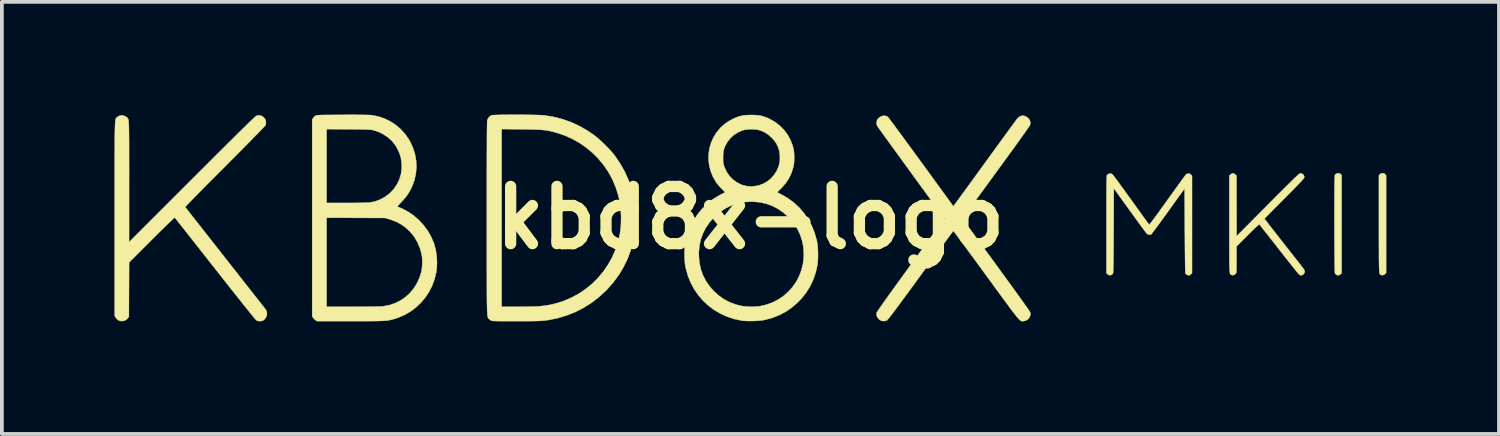
<source format=kicad_pcb>
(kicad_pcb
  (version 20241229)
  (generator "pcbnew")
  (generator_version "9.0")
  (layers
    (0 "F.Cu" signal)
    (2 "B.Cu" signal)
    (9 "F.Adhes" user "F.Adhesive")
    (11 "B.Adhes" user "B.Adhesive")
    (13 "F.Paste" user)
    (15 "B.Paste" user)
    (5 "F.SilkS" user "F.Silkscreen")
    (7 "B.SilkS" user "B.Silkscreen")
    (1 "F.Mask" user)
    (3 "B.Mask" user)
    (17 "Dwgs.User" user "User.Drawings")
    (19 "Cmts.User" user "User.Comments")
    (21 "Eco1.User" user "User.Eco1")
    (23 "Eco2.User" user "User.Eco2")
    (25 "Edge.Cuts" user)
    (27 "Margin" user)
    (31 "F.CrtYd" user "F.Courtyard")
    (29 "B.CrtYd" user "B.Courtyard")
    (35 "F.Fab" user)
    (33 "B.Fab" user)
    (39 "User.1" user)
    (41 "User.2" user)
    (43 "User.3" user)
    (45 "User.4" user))
  (footprint "kbd8x-logo"
    (layer "F.Cu")
    (at 16.938 2.75)
    (property "Reference" "kbd8x-logo" (at 0 0 0) (layer "F.SilkS") (effects (font (size 1.524 1.524) (thickness 0.3))))
    (attr through_hole)
    (fp_poly (pts (xy 16.883 -1.178) (xy 16.908 -1.158) (xy 16.933 -1.128) (xy 16.933 1.466) (xy 16.908 1.495) (xy 16.871 1.522) (xy 16.83 1.53) (xy 16.802 1.524) (xy 16.793 1.521) (xy 16.785 1.518) (xy 16.777 1.514) (xy 16.771 1.508) (xy 16.765 1.499) (xy 16.76 1.486) (xy 16.756 1.466) (xy 16.753 1.44) (xy 16.75 1.406) (xy 16.748 1.362) (xy 16.746 1.308) (xy 16.744 1.243) (xy 16.743 1.164) (xy 16.742 1.071) (xy 16.742 0.962) (xy 16.742 0.837) (xy 16.741 0.694) (xy 16.741 0.532) (xy 16.741 0.35) (xy 16.741 0.167) (xy 16.741 -1.128) (xy 16.767 -1.158) (xy 16.802 -1.182) (xy 16.843 -1.189) (xy 16.883 -1.178)) (stroke (width 0.01) (type solid)) (fill yes) (layer "F.SilkS"))
    (fp_poly (pts (xy 15.705 -1.174) (xy 15.721 -1.162) (xy 15.748 -1.136) (xy 15.748 1.477) (xy 15.713 1.506) (xy 15.68 1.529) (xy 15.649 1.534) (xy 15.614 1.521) (xy 15.613 1.521) (xy 15.586 1.499) (xy 15.571 1.479) (xy 15.569 1.464) (xy 15.567 1.428) (xy 15.565 1.373) (xy 15.563 1.3) (xy 15.562 1.213) (xy 15.561 1.111) (xy 15.559 0.997) (xy 15.558 0.873) (xy 15.558 0.74) (xy 15.557 0.601) (xy 15.556 0.456) (xy 15.556 0.308) (xy 15.555 0.159) (xy 15.555 0.009) (xy 15.555 -0.138) (xy 15.556 -0.282) (xy 15.556 -0.42) (xy 15.557 -0.552) (xy 15.557 -0.674) (xy 15.558 -0.786) (xy 15.559 -0.885) (xy 15.56 -0.97) (xy 15.562 -1.039) (xy 15.564 -1.091) (xy 15.565 -1.123) (xy 15.567 -1.133) (xy 15.59 -1.165) (xy 15.625 -1.183) (xy 15.665 -1.187) (xy 15.705 -1.174)) (stroke (width 0.01) (type solid)) (fill yes) (layer "F.SilkS"))
    (fp_poly (pts (xy 12.901 -1.165) (xy 12.915 -1.152) (xy 12.948 -1.119) (xy 12.949 -0.314) (xy 12.95 0.491) (xy 13.776 -0.341) (xy 13.922 -0.488) (xy 14.053 -0.619) (xy 14.169 -0.735) (xy 14.271 -0.836) (xy 14.359 -0.923) (xy 14.434 -0.997) (xy 14.496 -1.057) (xy 14.546 -1.105) (xy 14.585 -1.141) (xy 14.613 -1.165) (xy 14.63 -1.178) (xy 14.635 -1.181) (xy 14.676 -1.18) (xy 14.713 -1.163) (xy 14.74 -1.132) (xy 14.752 -1.093) (xy 14.75 -1.066) (xy 14.742 -1.053) (xy 14.723 -1.028) (xy 14.691 -0.992) (xy 14.646 -0.944) (xy 14.587 -0.882) (xy 14.514 -0.807) (xy 14.427 -0.718) (xy 14.324 -0.615) (xy 14.218 -0.508) (xy 14.128 -0.418) (xy 14.043 -0.332) (xy 13.964 -0.253) (xy 13.893 -0.18) (xy 13.83 -0.117) (xy 13.778 -0.063) (xy 13.737 -0.021) (xy 13.709 0.008) (xy 13.695 0.024) (xy 13.693 0.026) (xy 13.7 0.036) (xy 13.72 0.062) (xy 13.751 0.103) (xy 13.794 0.158) (xy 13.846 0.225) (xy 13.906 0.303) (xy 13.974 0.39) (xy 14.048 0.485) (xy 14.127 0.586) (xy 14.21 0.692) (xy 14.295 0.799) (xy 14.375 0.901) (xy 14.451 0.997) (xy 14.52 1.086) (xy 14.583 1.166) (xy 14.637 1.235) (xy 14.681 1.292) (xy 14.715 1.336) (xy 14.737 1.365) (xy 14.747 1.377) (xy 14.764 1.42) (xy 14.76 1.462) (xy 14.733 1.502) (xy 14.733 1.502) (xy 14.696 1.529) (xy 14.659 1.533) (xy 14.621 1.514) (xy 14.609 1.504) (xy 14.597 1.49) (xy 14.572 1.46) (xy 14.535 1.415) (xy 14.488 1.357) (xy 14.432 1.287) (xy 14.368 1.206) (xy 14.298 1.117) (xy 14.221 1.021) (xy 14.141 0.918) (xy 14.071 0.83) (xy 13.989 0.724) (xy 13.91 0.624) (xy 13.836 0.53) (xy 13.768 0.444) (xy 13.708 0.367) (xy 13.656 0.302) (xy 13.614 0.248) (xy 13.583 0.208) (xy 13.563 0.183) (xy 13.556 0.175) (xy 13.546 0.18) (xy 13.521 0.201) (xy 13.481 0.236) (xy 13.43 0.284) (xy 13.366 0.346) (xy 13.291 0.42) (xy 13.247 0.463) (xy 12.948 0.762) (xy 12.948 1.114) (xy 12.948 1.212) (xy 12.948 1.291) (xy 12.948 1.352) (xy 12.946 1.397) (xy 12.945 1.431) (xy 12.942 1.454) (xy 12.938 1.47) (xy 12.934 1.481) (xy 12.927 1.49) (xy 12.923 1.495) (xy 12.886 1.522) (xy 12.845 1.53) (xy 12.817 1.524) (xy 12.808 1.521) (xy 12.8 1.518) (xy 12.792 1.514) (xy 12.786 1.508) (xy 12.78 1.499) (xy 12.775 1.486) (xy 12.771 1.466) (xy 12.768 1.44) (xy 12.765 1.406) (xy 12.763 1.362) (xy 12.761 1.308) (xy 12.759 1.242) (xy 12.758 1.163) (xy 12.757 1.07) (xy 12.757 0.961) (xy 12.757 0.836) (xy 12.756 0.692) (xy 12.756 0.53) (xy 12.756 0.348) (xy 12.756 0.172) (xy 12.756 -1.119) (xy 12.789 -1.152) (xy 12.827 -1.179) (xy 12.864 -1.183) (xy 12.901 -1.165)) (stroke (width 0.01) (type solid)) (fill yes) (layer "F.SilkS"))
    (fp_poly (pts (xy 9.611 -1.175) (xy 9.618 -1.172) (xy 9.626 -1.167) (xy 9.635 -1.16) (xy 9.646 -1.149) (xy 9.66 -1.133) (xy 9.679 -1.111) (xy 9.702 -1.081) (xy 9.731 -1.042) (xy 9.767 -0.994) (xy 9.811 -0.934) (xy 9.863 -0.862) (xy 9.925 -0.777) (xy 9.998 -0.676) (xy 10.082 -0.559) (xy 10.16 -0.452) (xy 10.235 -0.347) (xy 10.307 -0.247) (xy 10.374 -0.154) (xy 10.435 -0.069) (xy 10.49 0.005) (xy 10.536 0.069) (xy 10.573 0.119) (xy 10.599 0.155) (xy 10.614 0.175) (xy 10.617 0.179) (xy 10.622 0.179) (xy 10.63 0.173) (xy 10.644 0.159) (xy 10.664 0.136) (xy 10.69 0.103) (xy 10.723 0.059) (xy 10.765 0.003) (xy 10.815 -0.066) (xy 10.876 -0.149) (xy 10.947 -0.248) (xy 11.03 -0.363) (xy 11.103 -0.465) (xy 11.181 -0.574) (xy 11.256 -0.678) (xy 11.326 -0.775) (xy 11.391 -0.865) (xy 11.449 -0.945) (xy 11.499 -1.015) (xy 11.541 -1.071) (xy 11.572 -1.114) (xy 11.592 -1.141) (xy 11.6 -1.15) (xy 11.635 -1.172) (xy 11.676 -1.177) (xy 11.716 -1.164) (xy 11.737 -1.146) (xy 11.763 -1.116) (xy 11.763 1.477) (xy 11.728 1.506) (xy 11.702 1.525) (xy 11.681 1.535) (xy 11.677 1.535) (xy 11.648 1.528) (xy 11.616 1.511) (xy 11.592 1.49) (xy 11.587 1.482) (xy 11.585 1.468) (xy 11.584 1.433) (xy 11.582 1.379) (xy 11.581 1.307) (xy 11.579 1.218) (xy 11.578 1.114) (xy 11.576 0.998) (xy 11.575 0.869) (xy 11.574 0.731) (xy 11.573 0.583) (xy 11.572 0.429) (xy 11.571 0.342) (xy 11.565 -0.779) (xy 11.127 -0.17) (xy 11.052 -0.066) (xy 10.981 0.032) (xy 10.914 0.124) (xy 10.853 0.207) (xy 10.799 0.281) (xy 10.753 0.342) (xy 10.716 0.391) (xy 10.69 0.425) (xy 10.675 0.443) (xy 10.672 0.445) (xy 10.625 0.452) (xy 10.58 0.439) (xy 10.557 0.421) (xy 10.545 0.406) (xy 10.521 0.375) (xy 10.487 0.329) (xy 10.442 0.269) (xy 10.39 0.198) (xy 10.33 0.116) (xy 10.265 0.026) (xy 10.195 -0.07) (xy 10.121 -0.172) (xy 10.103 -0.197) (xy 9.68 -0.783) (xy 9.675 0.347) (xy 9.674 0.532) (xy 9.673 0.696) (xy 9.672 0.839) (xy 9.671 0.964) (xy 9.67 1.072) (xy 9.669 1.163) (xy 9.668 1.24) (xy 9.667 1.304) (xy 9.666 1.356) (xy 9.665 1.397) (xy 9.663 1.429) (xy 9.661 1.453) (xy 9.659 1.471) (xy 9.656 1.483) (xy 9.653 1.491) (xy 9.65 1.496) (xy 9.647 1.5) (xy 9.646 1.5) (xy 9.614 1.522) (xy 9.576 1.531) (xy 9.55 1.528) (xy 9.53 1.515) (xy 9.508 1.498) (xy 9.483 1.475) (xy 9.483 0.184) (xy 9.483 -0.038) (xy 9.483 -0.238) (xy 9.483 -0.416) (xy 9.484 -0.574) (xy 9.485 -0.71) (xy 9.486 -0.827) (xy 9.487 -0.923) (xy 9.488 -1.001) (xy 9.49 -1.06) (xy 9.492 -1.101) (xy 9.494 -1.125) (xy 9.495 -1.131) (xy 9.519 -1.155) (xy 9.555 -1.173) (xy 9.592 -1.178) (xy 9.611 -1.175)) (stroke (width 0.01) (type solid)) (fill yes) (layer "F.SilkS"))
    (fp_poly (pts (xy -10.4 -2.741) (xy -10.291 -2.74) (xy -10.203 -2.738) (xy -10.137 -2.736) (xy -10.092 -2.733) (xy -10.078 -2.732) (xy -9.907 -2.696) (xy -9.744 -2.641) (xy -9.591 -2.566) (xy -9.448 -2.473) (xy -9.319 -2.363) (xy -9.204 -2.238) (xy -9.105 -2.098) (xy -9.054 -2.009) (xy -8.982 -1.847) (xy -8.932 -1.681) (xy -8.903 -1.512) (xy -8.896 -1.344) (xy -8.911 -1.176) (xy -8.947 -1.01) (xy -9.005 -0.849) (xy -9.026 -0.802) (xy -9.076 -0.706) (xy -9.128 -0.622) (xy -9.187 -0.542) (xy -9.258 -0.46) (xy -9.301 -0.415) (xy -9.34 -0.373) (xy -9.372 -0.337) (xy -9.394 -0.311) (xy -9.403 -0.296) (xy -9.403 -0.293) (xy -9.386 -0.289) (xy -9.354 -0.277) (xy -9.312 -0.259) (xy -9.276 -0.244) (xy -9.118 -0.16) (xy -8.969 -0.058) (xy -8.832 0.061) (xy -8.709 0.194) (xy -8.6 0.339) (xy -8.51 0.495) (xy -8.438 0.658) (xy -8.418 0.718) (xy -8.38 0.866) (xy -8.357 1.024) (xy -8.348 1.185) (xy -8.354 1.341) (xy -8.369 1.456) (xy -8.413 1.637) (xy -8.477 1.81) (xy -8.56 1.973) (xy -8.66 2.124) (xy -8.776 2.262) (xy -8.907 2.386) (xy -9.051 2.495) (xy -9.208 2.586) (xy -9.376 2.659) (xy -9.477 2.692) (xy -9.515 2.703) (xy -9.55 2.713) (xy -9.585 2.721) (xy -9.62 2.728) (xy -9.657 2.734) (xy -9.698 2.739) (xy -9.745 2.743) (xy -9.8 2.747) (xy -9.863 2.749) (xy -9.938 2.751) (xy -10.025 2.752) (xy -10.127 2.753) (xy -10.245 2.754) (xy -10.381 2.754) (xy -10.536 2.754) (xy -10.664 2.754) (xy -11.545 2.754) (xy -11.583 2.729) (xy -11.616 2.701) (xy -11.645 2.668) (xy -11.647 2.665) (xy -11.673 2.627) (xy -11.673 2.371) (xy -11.289 2.371) (xy -10.586 2.371) (xy -10.425 2.37) (xy -10.278 2.37) (xy -10.148 2.369) (xy -10.035 2.367) (xy -9.941 2.365) (xy -9.866 2.363) (xy -9.812 2.361) (xy -9.782 2.358) (xy -9.62 2.328) (xy -9.468 2.277) (xy -9.327 2.207) (xy -9.197 2.12) (xy -9.081 2.016) (xy -8.978 1.896) (xy -8.891 1.762) (xy -8.821 1.613) (xy -8.769 1.457) (xy -8.752 1.367) (xy -8.742 1.265) (xy -8.74 1.158) (xy -8.745 1.055) (xy -8.758 0.971) (xy -8.803 0.808) (xy -8.867 0.656) (xy -8.948 0.517) (xy -9.046 0.392) (xy -9.159 0.281) (xy -9.286 0.187) (xy -9.426 0.109) (xy -9.579 0.05) (xy -9.624 0.037) (xy -9.737 0.006) (xy -10.513 0.003) (xy -11.289 -0.001) (xy -11.289 2.371) (xy -11.673 2.371) (xy -11.673 -0.395) (xy -11.289 -0.395) (xy -10.753 -0.395) (xy -10.629 -0.395) (xy -10.513 -0.396) (xy -10.407 -0.397) (xy -10.315 -0.399) (xy -10.238 -0.401) (xy -10.179 -0.403) (xy -10.139 -0.406) (xy -10.13 -0.407) (xy -9.991 -0.437) (xy -9.857 -0.488) (xy -9.73 -0.558) (xy -9.615 -0.645) (xy -9.594 -0.664) (xy -9.493 -0.774) (xy -9.412 -0.894) (xy -9.35 -1.023) (xy -9.309 -1.16) (xy -9.288 -1.302) (xy -9.289 -1.448) (xy -9.311 -1.597) (xy -9.319 -1.631) (xy -9.337 -1.688) (xy -9.365 -1.755) (xy -9.397 -1.825) (xy -9.431 -1.89) (xy -9.46 -1.936) (xy -9.549 -2.046) (xy -9.655 -2.142) (xy -9.775 -2.223) (xy -9.906 -2.287) (xy -10.028 -2.328) (xy -10.049 -2.333) (xy -10.071 -2.338) (xy -10.094 -2.342) (xy -10.122 -2.345) (xy -10.155 -2.347) (xy -10.197 -2.349) (xy -10.249 -2.351) (xy -10.314 -2.353) (xy -10.393 -2.354) (xy -10.489 -2.355) (xy -10.604 -2.356) (xy -10.705 -2.356) (xy -11.289 -2.361) (xy -11.289 -0.395) (xy -11.673 -0.395) (xy -11.673 -2.616) (xy -11.647 -2.653) (xy -11.622 -2.685) (xy -11.593 -2.712) (xy -11.59 -2.714) (xy -11.583 -2.719) (xy -11.575 -2.723) (xy -11.564 -2.726) (xy -11.549 -2.729) (xy -11.527 -2.732) (xy -11.498 -2.734) (xy -11.459 -2.735) (xy -11.408 -2.737) (xy -11.344 -2.738) (xy -11.265 -2.739) (xy -11.169 -2.739) (xy -11.055 -2.74) (xy -10.921 -2.741) (xy -10.862 -2.741) (xy -10.686 -2.742) (xy -10.532 -2.742) (xy -10.4 -2.741)) (stroke (width 0.01) (type solid)) (fill yes) (layer "F.SilkS"))
    (fp_poly (pts (xy -6.197 -2.745) (xy -6.084 -2.744) (xy -5.973 -2.743) (xy -5.866 -2.741) (xy -5.767 -2.739) (xy -5.676 -2.737) (xy -5.598 -2.734) (xy -5.534 -2.731) (xy -5.486 -2.727) (xy -5.481 -2.726) (xy -5.237 -2.686) (xy -4.999 -2.625) (xy -4.768 -2.542) (xy -4.545 -2.438) (xy -4.329 -2.313) (xy -4.154 -2.192) (xy -4.083 -2.136) (xy -4.004 -2.066) (xy -3.92 -1.988) (xy -3.836 -1.905) (xy -3.756 -1.822) (xy -3.685 -1.743) (xy -3.627 -1.673) (xy -3.616 -1.658) (xy -3.472 -1.448) (xy -3.348 -1.229) (xy -3.246 -1.001) (xy -3.164 -0.765) (xy -3.103 -0.519) (xy -3.075 -0.361) (xy -3.066 -0.29) (xy -3.06 -0.202) (xy -3.056 -0.104) (xy -3.054 -0.000001) (xy -3.055 0.103) (xy -3.057 0.2) (xy -3.062 0.286) (xy -3.069 0.35) (xy -3.115 0.604) (xy -3.181 0.846) (xy -3.266 1.078) (xy -3.371 1.298) (xy -3.495 1.508) (xy -3.64 1.707) (xy -3.804 1.896) (xy -3.855 1.948) (xy -4.039 2.116) (xy -4.236 2.267) (xy -4.444 2.398) (xy -4.662 2.51) (xy -4.89 2.601) (xy -5.126 2.672) (xy -5.368 2.722) (xy -5.481 2.737) (xy -5.521 2.741) (xy -5.567 2.745) (xy -5.621 2.748) (xy -5.685 2.75) (xy -5.761 2.752) (xy -5.851 2.753) (xy -5.958 2.754) (xy -6.083 2.754) (xy -6.228 2.754) (xy -6.254 2.754) (xy -6.389 2.754) (xy -6.504 2.754) (xy -6.599 2.754) (xy -6.678 2.753) (xy -6.741 2.753) (xy -6.791 2.751) (xy -6.83 2.75) (xy -6.858 2.748) (xy -6.879 2.745) (xy -6.894 2.742) (xy -6.905 2.738) (xy -6.914 2.734) (xy -6.914 2.733) (xy -6.945 2.712) (xy -6.969 2.689) (xy -6.975 2.683) (xy -6.98 2.678) (xy -6.985 2.672) (xy -6.989 2.665) (xy -6.993 2.655) (xy -6.997 2.643) (xy -7 2.627) (xy -7.003 2.607) (xy -7.006 2.581) (xy -7.008 2.548) (xy -7.011 2.508) (xy -7.012 2.46) (xy -7.014 2.402) (xy -7.015 2.371) (xy -6.627 2.371) (xy -6.2 2.371) (xy -6.097 2.37) (xy -5.994 2.369) (xy -5.895 2.368) (xy -5.804 2.366) (xy -5.724 2.364) (xy -5.661 2.361) (xy -5.622 2.359) (xy -5.395 2.331) (xy -5.176 2.282) (xy -4.964 2.213) (xy -4.761 2.125) (xy -4.568 2.02) (xy -4.386 1.897) (xy -4.217 1.759) (xy -4.062 1.605) (xy -3.921 1.437) (xy -3.796 1.256) (xy -3.688 1.063) (xy -3.598 0.859) (xy -3.527 0.644) (xy -3.516 0.602) (xy -3.487 0.482) (xy -3.467 0.37) (xy -3.454 0.26) (xy -3.447 0.146) (xy -3.445 0.019) (xy -3.446 -0.051) (xy -3.45 -0.16) (xy -3.456 -0.253) (xy -3.466 -0.337) (xy -3.479 -0.418) (xy -3.497 -0.504) (xy -3.521 -0.601) (xy -3.523 -0.608) (xy -3.591 -0.821) (xy -3.679 -1.026) (xy -3.785 -1.22) (xy -3.909 -1.402) (xy -4.05 -1.573) (xy -4.206 -1.729) (xy -4.376 -1.871) (xy -4.559 -1.997) (xy -4.754 -2.106) (xy -4.959 -2.196) (xy -5.173 -2.267) (xy -5.218 -2.28) (xy -5.281 -2.295) (xy -5.339 -2.309) (xy -5.394 -2.32) (xy -5.449 -2.329) (xy -5.506 -2.336) (xy -5.569 -2.342) (xy -5.64 -2.346) (xy -5.722 -2.35) (xy -5.818 -2.352) (xy -5.93 -2.354) (xy -6.06 -2.356) (xy -6.11 -2.357) (xy -6.627 -2.362) (xy -6.627 2.371) (xy -7.015 2.371) (xy -7.015 2.335) (xy -7.017 2.257) (xy -7.018 2.168) (xy -7.019 2.066) (xy -7.019 1.95) (xy -7.02 1.82) (xy -7.02 1.675) (xy -7.02 1.514) (xy -7.021 1.336) (xy -7.021 1.14) (xy -7.021 0.926) (xy -7.021 0.692) (xy -7.021 0.438) (xy -7.021 0.162) (xy -7.021 0.011) (xy -7.021 -0.317) (xy -7.021 -0.622) (xy -7.021 -0.905) (xy -7.021 -1.166) (xy -7.02 -1.404) (xy -7.02 -1.621) (xy -7.019 -1.816) (xy -7.018 -1.988) (xy -7.018 -2.139) (xy -7.017 -2.269) (xy -7.016 -2.377) (xy -7.014 -2.463) (xy -7.013 -2.529) (xy -7.012 -2.573) (xy -7.01 -2.596) (xy -7.01 -2.599) (xy -6.986 -2.65) (xy -6.949 -2.695) (xy -6.905 -2.726) (xy -6.901 -2.728) (xy -6.881 -2.732) (xy -6.84 -2.735) (xy -6.781 -2.738) (xy -6.708 -2.74) (xy -6.621 -2.742) (xy -6.525 -2.743) (xy -6.42 -2.744) (xy -6.31 -2.745) (xy -6.197 -2.745)) (stroke (width 0.01) (type solid)) (fill yes) (layer "F.SilkS"))
    (fp_poly (pts (xy 7.303 -2.711) (xy 7.354 -2.687) (xy 7.4 -2.652) (xy 7.413 -2.639) (xy 7.446 -2.586) (xy 7.458 -2.527) (xy 7.448 -2.469) (xy 7.44 -2.454) (xy 7.419 -2.423) (xy 7.386 -2.376) (xy 7.343 -2.314) (xy 7.289 -2.238) (xy 7.225 -2.149) (xy 7.154 -2.049) (xy 7.074 -1.938) (xy 6.987 -1.818) (xy 6.894 -1.69) (xy 6.795 -1.554) (xy 6.692 -1.412) (xy 6.585 -1.265) (xy 6.539 -1.202) (xy 5.644 0.021) (xy 6.538 1.244) (xy 6.647 1.393) (xy 6.752 1.537) (xy 6.852 1.675) (xy 6.948 1.807) (xy 7.038 1.931) (xy 7.121 2.046) (xy 7.196 2.151) (xy 7.263 2.245) (xy 7.321 2.327) (xy 7.37 2.395) (xy 7.407 2.449) (xy 7.433 2.487) (xy 7.447 2.509) (xy 7.449 2.513) (xy 7.46 2.55) (xy 7.459 2.582) (xy 7.453 2.605) (xy 7.425 2.664) (xy 7.382 2.711) (xy 7.329 2.742) (xy 7.27 2.754) (xy 7.264 2.754) (xy 7.251 2.755) (xy 7.239 2.754) (xy 7.227 2.753) (xy 7.215 2.749) (xy 7.201 2.743) (xy 7.186 2.732) (xy 7.168 2.717) (xy 7.147 2.695) (xy 7.122 2.667) (xy 7.092 2.632) (xy 7.057 2.588) (xy 7.015 2.534) (xy 6.966 2.471) (xy 6.91 2.396) (xy 6.846 2.308) (xy 6.772 2.208) (xy 6.688 2.094) (xy 6.594 1.966) (xy 6.488 1.821) (xy 6.371 1.66) (xy 6.276 1.53) (xy 6.17 1.385) (xy 6.068 1.245) (xy 5.97 1.111) (xy 5.877 0.985) (xy 5.79 0.866) (xy 5.71 0.758) (xy 5.638 0.659) (xy 5.574 0.573) (xy 5.519 0.499) (xy 5.474 0.438) (xy 5.44 0.393) (xy 5.417 0.363) (xy 5.407 0.35) (xy 5.406 0.35) (xy 5.399 0.359) (xy 5.379 0.385) (xy 5.347 0.427) (xy 5.304 0.485) (xy 5.251 0.556) (xy 5.189 0.64) (xy 5.119 0.736) (xy 5.04 0.842) (xy 4.955 0.959) (xy 4.863 1.084) (xy 4.766 1.216) (xy 4.664 1.355) (xy 4.559 1.499) (xy 4.534 1.534) (xy 4.404 1.711) (xy 4.287 1.872) (xy 4.182 2.015) (xy 4.088 2.142) (xy 4.005 2.255) (xy 3.932 2.353) (xy 3.869 2.438) (xy 3.815 2.511) (xy 3.769 2.571) (xy 3.73 2.621) (xy 3.699 2.661) (xy 3.674 2.691) (xy 3.655 2.713) (xy 3.642 2.728) (xy 3.632 2.735) (xy 3.631 2.736) (xy 3.572 2.752) (xy 3.51 2.749) (xy 3.464 2.732) (xy 3.413 2.694) (xy 3.378 2.645) (xy 3.36 2.589) (xy 3.363 2.531) (xy 3.365 2.526) (xy 3.373 2.51) (xy 3.395 2.477) (xy 3.429 2.427) (xy 3.476 2.36) (xy 3.534 2.276) (xy 3.604 2.178) (xy 3.686 2.063) (xy 3.778 1.935) (xy 3.881 1.792) (xy 3.995 1.635) (xy 4.118 1.465) (xy 4.251 1.282) (xy 4.272 1.252) (xy 5.169 0.021) (xy 4.279 -1.2) (xy 4.172 -1.348) (xy 4.067 -1.492) (xy 3.967 -1.63) (xy 3.872 -1.76) (xy 3.783 -1.883) (xy 3.701 -1.997) (xy 3.626 -2.1) (xy 3.559 -2.192) (xy 3.502 -2.272) (xy 3.454 -2.338) (xy 3.417 -2.39) (xy 3.391 -2.426) (xy 3.378 -2.446) (xy 3.376 -2.449) (xy 3.363 -2.491) (xy 3.362 -2.543) (xy 3.372 -2.594) (xy 3.386 -2.624) (xy 3.42 -2.661) (xy 3.469 -2.692) (xy 3.522 -2.713) (xy 3.574 -2.718) (xy 3.581 -2.717) (xy 3.619 -2.708) (xy 3.652 -2.692) (xy 3.657 -2.689) (xy 3.667 -2.678) (xy 3.689 -2.649) (xy 3.724 -2.604) (xy 3.769 -2.544) (xy 3.824 -2.47) (xy 3.888 -2.384) (xy 3.96 -2.286) (xy 4.041 -2.177) (xy 4.127 -2.059) (xy 4.22 -1.932) (xy 4.318 -1.798) (xy 4.42 -1.658) (xy 4.526 -1.513) (xy 4.546 -1.486) (xy 5.406 -0.305) (xy 5.63 -0.612) (xy 5.671 -0.668) (xy 5.724 -0.741) (xy 5.787 -0.827) (xy 5.859 -0.926) (xy 5.939 -1.036) (xy 6.025 -1.154) (xy 6.115 -1.279) (xy 6.209 -1.408) (xy 6.305 -1.54) (xy 6.401 -1.672) (xy 6.474 -1.772) (xy 6.564 -1.896) (xy 6.65 -2.015) (xy 6.733 -2.128) (xy 6.809 -2.233) (xy 6.88 -2.33) (xy 6.943 -2.416) (xy 6.998 -2.491) (xy 7.044 -2.553) (xy 7.079 -2.601) (xy 7.103 -2.634) (xy 7.116 -2.65) (xy 7.117 -2.651) (xy 7.151 -2.681) (xy 7.195 -2.705) (xy 7.238 -2.719) (xy 7.255 -2.72) (xy 7.303 -2.711)) (stroke (width 0.01) (type solid)) (fill yes) (layer "F.SilkS"))
    (fp_poly (pts (xy -16.691 -2.72) (xy -16.634 -2.693) (xy -16.607 -2.672) (xy -16.6 -2.665) (xy -16.592 -2.659) (xy -16.586 -2.652) (xy -16.58 -2.644) (xy -16.575 -2.633) (xy -16.571 -2.618) (xy -16.567 -2.598) (xy -16.563 -2.572) (xy -16.56 -2.539) (xy -16.558 -2.498) (xy -16.556 -2.448) (xy -16.554 -2.387) (xy -16.553 -2.314) (xy -16.552 -2.229) (xy -16.551 -2.131) (xy -16.55 -2.017) (xy -16.55 -1.887) (xy -16.55 -1.741) (xy -16.55 -1.576) (xy -16.549 -1.392) (xy -16.549 -1.187) (xy -16.55 -0.963) (xy -16.55 0.649) (xy -14.87 -1.03) (xy -14.666 -1.234) (xy -14.477 -1.422) (xy -14.303 -1.596) (xy -14.144 -1.755) (xy -13.999 -1.899) (xy -13.867 -2.03) (xy -13.748 -2.148) (xy -13.641 -2.254) (xy -13.547 -2.347) (xy -13.464 -2.428) (xy -13.392 -2.499) (xy -13.331 -2.558) (xy -13.279 -2.607) (xy -13.238 -2.646) (xy -13.205 -2.676) (xy -13.181 -2.698) (xy -13.165 -2.71) (xy -13.157 -2.715) (xy -13.157 -2.715) (xy -13.127 -2.722) (xy -13.106 -2.727) (xy -13.065 -2.727) (xy -13.018 -2.711) (xy -12.973 -2.681) (xy -12.935 -2.642) (xy -12.919 -2.617) (xy -12.907 -2.575) (xy -12.904 -2.524) (xy -12.912 -2.475) (xy -12.915 -2.465) (xy -12.924 -2.453) (xy -12.949 -2.426) (xy -12.988 -2.385) (xy -13.04 -2.33) (xy -13.104 -2.264) (xy -13.181 -2.186) (xy -13.268 -2.097) (xy -13.364 -1.999) (xy -13.47 -1.892) (xy -13.584 -1.777) (xy -13.705 -1.655) (xy -13.833 -1.527) (xy -13.965 -1.394) (xy -13.995 -1.364) (xy -14.155 -1.203) (xy -14.3 -1.058) (xy -14.43 -0.928) (xy -14.546 -0.811) (xy -14.648 -0.708) (xy -14.737 -0.618) (xy -14.813 -0.54) (xy -14.878 -0.473) (xy -14.932 -0.418) (xy -14.974 -0.373) (xy -15.007 -0.337) (xy -15.031 -0.311) (xy -15.045 -0.293) (xy -15.052 -0.283) (xy -15.052 -0.28) (xy -15.044 -0.27) (xy -15.022 -0.243) (xy -14.988 -0.2) (xy -14.943 -0.142) (xy -14.887 -0.07) (xy -14.82 0.015) (xy -14.744 0.111) (xy -14.66 0.218) (xy -14.568 0.336) (xy -14.469 0.462) (xy -14.363 0.596) (xy -14.252 0.737) (xy -14.136 0.885) (xy -14.017 1.037) (xy -13.975 1.089) (xy -13.855 1.243) (xy -13.737 1.392) (xy -13.625 1.536) (xy -13.517 1.672) (xy -13.416 1.801) (xy -13.321 1.922) (xy -13.234 2.032) (xy -13.156 2.133) (xy -13.086 2.221) (xy -13.026 2.297) (xy -12.977 2.36) (xy -12.94 2.408) (xy -12.914 2.44) (xy -12.901 2.456) (xy -12.9 2.458) (xy -12.891 2.477) (xy -12.881 2.508) (xy -12.88 2.514) (xy -12.877 2.574) (xy -12.893 2.634) (xy -12.925 2.688) (xy -12.971 2.73) (xy -12.99 2.742) (xy -13.029 2.752) (xy -13.077 2.754) (xy -13.125 2.746) (xy -13.159 2.733) (xy -13.17 2.721) (xy -13.194 2.693) (xy -13.232 2.648) (xy -13.281 2.588) (xy -13.341 2.514) (xy -13.412 2.425) (xy -13.494 2.324) (xy -13.584 2.21) (xy -13.684 2.085) (xy -13.791 1.95) (xy -13.906 1.805) (xy -14.028 1.651) (xy -14.156 1.488) (xy -14.258 1.359) (xy -14.379 1.205) (xy -14.496 1.056) (xy -14.609 0.913) (xy -14.716 0.776) (xy -14.817 0.648) (xy -14.912 0.528) (xy -14.999 0.417) (xy -15.077 0.317) (xy -15.147 0.229) (xy -15.207 0.154) (xy -15.256 0.091) (xy -15.293 0.044) (xy -15.319 0.012) (xy -15.331 -0.004) (xy -15.332 -0.005) (xy -15.342 0.000437) (xy -15.367 0.022) (xy -15.406 0.058) (xy -15.459 0.108) (xy -15.525 0.172) (xy -15.604 0.248) (xy -15.694 0.337) (xy -15.795 0.437) (xy -15.906 0.547) (xy -15.946 0.587) (xy -16.549 1.19) (xy -16.552 1.913) (xy -16.555 2.636) (xy -16.582 2.673) (xy -16.626 2.717) (xy -16.681 2.744) (xy -16.742 2.753) (xy -16.803 2.744) (xy -16.837 2.729) (xy -16.874 2.7) (xy -16.904 2.664) (xy -16.908 2.658) (xy -16.933 2.613) (xy -16.933 0.019) (xy -16.933 -0.269) (xy -16.933 -0.536) (xy -16.933 -0.782) (xy -16.933 -1.008) (xy -16.933 -1.214) (xy -16.933 -1.403) (xy -16.933 -1.574) (xy -16.933 -1.729) (xy -16.932 -1.868) (xy -16.932 -1.992) (xy -16.931 -2.102) (xy -16.93 -2.199) (xy -16.929 -2.284) (xy -16.927 -2.357) (xy -16.925 -2.421) (xy -16.923 -2.474) (xy -16.921 -2.519) (xy -16.918 -2.556) (xy -16.915 -2.585) (xy -16.911 -2.609) (xy -16.907 -2.627) (xy -16.903 -2.641) (xy -16.898 -2.651) (xy -16.893 -2.659) (xy -16.887 -2.665) (xy -16.881 -2.67) (xy -16.874 -2.674) (xy -16.866 -2.68) (xy -16.862 -2.683) (xy -16.81 -2.716) (xy -16.751 -2.728) (xy -16.691 -2.72)) (stroke (width 0.01) (type solid)) (fill yes) (layer "F.SilkS"))
    (fp_poly (pts (xy 0.124 -2.735) (xy 0.215 -2.727) (xy 0.297 -2.712) (xy 0.377 -2.689) (xy 0.46 -2.656) (xy 0.525 -2.625) (xy 0.664 -2.545) (xy 0.789 -2.447) (xy 0.9 -2.334) (xy 0.993 -2.207) (xy 1.069 -2.068) (xy 1.125 -1.918) (xy 1.136 -1.88) (xy 1.149 -1.829) (xy 1.157 -1.784) (xy 1.162 -1.739) (xy 1.165 -1.686) (xy 1.166 -1.619) (xy 1.166 -1.603) (xy 1.165 -1.532) (xy 1.163 -1.476) (xy 1.158 -1.43) (xy 1.15 -1.386) (xy 1.139 -1.338) (xy 1.137 -1.33) (xy 1.09 -1.184) (xy 1.027 -1.053) (xy 0.948 -0.931) (xy 0.849 -0.814) (xy 0.817 -0.782) (xy 0.711 -0.678) (xy 0.815 -0.625) (xy 0.991 -0.525) (xy 1.151 -0.408) (xy 1.296 -0.275) (xy 1.425 -0.127) (xy 1.537 0.035) (xy 1.632 0.21) (xy 1.708 0.398) (xy 1.766 0.597) (xy 1.774 0.635) (xy 1.786 0.71) (xy 1.795 0.801) (xy 1.8 0.902) (xy 1.801 1.006) (xy 1.798 1.108) (xy 1.792 1.201) (xy 1.781 1.278) (xy 1.781 1.281) (xy 1.733 1.48) (xy 1.667 1.666) (xy 1.583 1.84) (xy 1.479 2.003) (xy 1.355 2.157) (xy 1.255 2.26) (xy 1.104 2.391) (xy 0.942 2.502) (xy 0.769 2.593) (xy 0.584 2.666) (xy 0.388 2.719) (xy 0.373 2.722) (xy 0.301 2.734) (xy 0.215 2.742) (xy 0.119 2.748) (xy 0.019 2.751) (xy -0.077 2.75) (xy -0.164 2.746) (xy -0.236 2.738) (xy -0.241 2.737) (xy -0.44 2.694) (xy -0.629 2.631) (xy -0.807 2.549) (xy -0.974 2.45) (xy -1.128 2.333) (xy -1.268 2.201) (xy -1.393 2.055) (xy -1.502 1.895) (xy -1.594 1.723) (xy -1.667 1.539) (xy -1.721 1.344) (xy -1.729 1.306) (xy -1.744 1.212) (xy -1.753 1.104) (xy -1.756 0.988) (xy -1.755 0.916) (xy -1.374 0.916) (xy -1.373 1.027) (xy -1.357 1.206) (xy -1.32 1.375) (xy -1.263 1.534) (xy -1.185 1.685) (xy -1.086 1.827) (xy -0.981 1.948) (xy -0.849 2.068) (xy -0.707 2.169) (xy -0.553 2.25) (xy -0.388 2.312) (xy -0.243 2.348) (xy -0.163 2.36) (xy -0.069 2.367) (xy 0.031 2.37) (xy 0.13 2.367) (xy 0.22 2.36) (xy 0.263 2.354) (xy 0.435 2.313) (xy 0.597 2.252) (xy 0.748 2.174) (xy 0.887 2.079) (xy 1.012 1.968) (xy 1.123 1.844) (xy 1.218 1.707) (xy 1.297 1.558) (xy 1.357 1.4) (xy 1.399 1.233) (xy 1.42 1.059) (xy 1.422 0.971) (xy 1.412 0.791) (xy 1.379 0.619) (xy 1.326 0.454) (xy 1.252 0.298) (xy 1.158 0.151) (xy 1.043 0.014) (xy 1.012 -0.018) (xy 0.876 -0.139) (xy 0.732 -0.239) (xy 0.579 -0.317) (xy 0.418 -0.375) (xy 0.249 -0.412) (xy 0.071 -0.428) (xy 0.022 -0.429) (xy -0.157 -0.418) (xy -0.328 -0.386) (xy -0.493 -0.332) (xy -0.649 -0.258) (xy -0.796 -0.164) (xy -0.932 -0.049) (xy -0.96 -0.023) (xy -1.081 0.113) (xy -1.182 0.257) (xy -1.261 0.41) (xy -1.32 0.57) (xy -1.357 0.739) (xy -1.374 0.916) (xy -1.755 0.916) (xy -1.754 0.872) (xy -1.747 0.761) (xy -1.735 0.664) (xy -1.729 0.632) (xy -1.676 0.435) (xy -1.604 0.248) (xy -1.513 0.071) (xy -1.406 -0.093) (xy -1.282 -0.243) (xy -1.143 -0.379) (xy -0.99 -0.499) (xy -0.823 -0.601) (xy -0.785 -0.621) (xy -0.672 -0.678) (xy -0.774 -0.782) (xy -0.818 -0.829) (xy -0.86 -0.877) (xy -0.897 -0.922) (xy -0.92 -0.954) (xy -0.999 -1.094) (xy -1.058 -1.24) (xy -1.097 -1.391) (xy -1.115 -1.543) (xy -1.114 -1.603) (xy -0.728 -1.603) (xy -0.727 -1.539) (xy -0.726 -1.492) (xy -0.722 -1.455) (xy -0.715 -1.422) (xy -0.705 -1.386) (xy -0.693 -1.353) (xy -0.638 -1.231) (xy -0.566 -1.122) (xy -0.477 -1.028) (xy -0.374 -0.95) (xy -0.258 -0.889) (xy -0.203 -0.869) (xy -0.085 -0.84) (xy 0.035 -0.833) (xy 0.158 -0.847) (xy 0.214 -0.859) (xy 0.336 -0.903) (xy 0.448 -0.966) (xy 0.547 -1.046) (xy 0.632 -1.142) (xy 0.702 -1.251) (xy 0.753 -1.373) (xy 0.758 -1.389) (xy 0.777 -1.476) (xy 0.786 -1.575) (xy 0.783 -1.677) (xy 0.77 -1.772) (xy 0.758 -1.818) (xy 0.727 -1.905) (xy 0.689 -1.98) (xy 0.642 -2.048) (xy 0.58 -2.119) (xy 0.565 -2.134) (xy 0.469 -2.218) (xy 0.37 -2.281) (xy 0.262 -2.326) (xy 0.197 -2.343) (xy 0.108 -2.356) (xy 0.01 -2.359) (xy -0.088 -2.352) (xy -0.178 -2.336) (xy -0.224 -2.322) (xy -0.343 -2.269) (xy -0.45 -2.198) (xy -0.542 -2.111) (xy -0.619 -2.01) (xy -0.678 -1.898) (xy -0.696 -1.848) (xy -0.709 -1.807) (xy -0.718 -1.77) (xy -0.723 -1.733) (xy -0.726 -1.688) (xy -0.727 -1.629) (xy -0.728 -1.603) (xy -1.114 -1.603) (xy -1.113 -1.694) (xy -1.092 -1.844) (xy -1.05 -1.99) (xy -0.989 -2.13) (xy -0.909 -2.261) (xy -0.81 -2.383) (xy -0.793 -2.401) (xy -0.689 -2.495) (xy -0.576 -2.574) (xy -0.461 -2.635) (xy -0.376 -2.673) (xy -0.299 -2.7) (xy -0.224 -2.719) (xy -0.144 -2.731) (xy -0.052 -2.736) (xy 0.017 -2.737) (xy 0.124 -2.735)) (stroke (width 0.01) (type solid)) (fill yes) (layer "F.SilkS")))
  (gr_rect
    (start -3 -3)
    (end 36.877 8.509)
    (stroke (width 0.1) (type default))
    (fill no)
    (layer "Edge.Cuts")))
</source>
